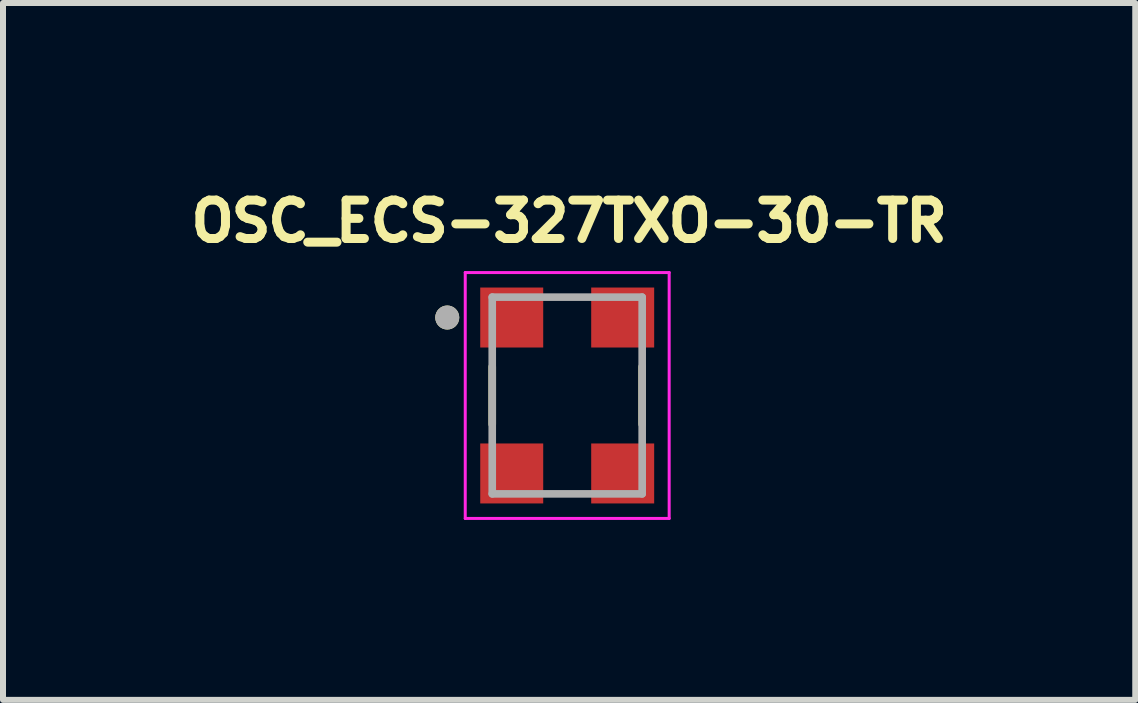
<source format=kicad_pcb>
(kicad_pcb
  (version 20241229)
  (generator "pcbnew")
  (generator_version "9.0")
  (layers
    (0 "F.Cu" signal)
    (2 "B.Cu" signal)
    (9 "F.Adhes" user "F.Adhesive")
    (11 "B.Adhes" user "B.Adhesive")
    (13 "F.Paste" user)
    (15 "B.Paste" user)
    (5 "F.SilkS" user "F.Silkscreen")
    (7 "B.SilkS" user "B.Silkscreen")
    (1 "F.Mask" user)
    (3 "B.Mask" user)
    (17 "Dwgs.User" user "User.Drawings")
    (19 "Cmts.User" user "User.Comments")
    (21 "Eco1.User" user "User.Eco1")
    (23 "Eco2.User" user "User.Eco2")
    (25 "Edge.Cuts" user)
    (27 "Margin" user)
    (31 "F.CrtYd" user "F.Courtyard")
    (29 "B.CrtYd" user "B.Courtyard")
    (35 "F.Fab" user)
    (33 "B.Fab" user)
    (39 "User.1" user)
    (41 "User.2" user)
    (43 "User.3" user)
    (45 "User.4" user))
  (footprint "OSC_ECS-327TXO-30-TR"
    (layer "F.Cu")
    (at 6.407 3.544)
    (property "Reference" "OSC_ECS-327TXO-30-TR" (at 0.032 -2.906 0) (layer "F.SilkS") (effects (font (size 0.64 0.64) (thickness 0.15))))
    (attr smd)
    (fp_line (start -1.25 0.48) (end -1.25 -0.48) (stroke (width 0.127) (type solid)) (layer "F.SilkS"))
    (fp_line (start 1.25 -0.48) (end 1.25 0.48) (stroke (width 0.127) (type solid)) (layer "F.SilkS"))
    (fp_circle (center -2 -1.3) (end -1.9 -1.3) (stroke (width 0.2) (type solid)) (fill no) (layer "F.SilkS"))
    (fp_line (start -1.7 -2.05) (end 1.7 -2.05) (stroke (width 0.05) (type solid)) (layer "F.CrtYd"))
    (fp_line (start -1.7 2.05) (end -1.7 -2.05) (stroke (width 0.05) (type solid)) (layer "F.CrtYd"))
    (fp_line (start 1.7 -2.05) (end 1.7 2.05) (stroke (width 0.05) (type solid)) (layer "F.CrtYd"))
    (fp_line (start 1.7 2.05) (end -1.7 2.05) (stroke (width 0.05) (type solid)) (layer "F.CrtYd"))
    (fp_line (start -1.25 -1.64) (end 1.25 -1.64) (stroke (width 0.127) (type solid)) (layer "F.Fab"))
    (fp_line (start -1.25 1.64) (end -1.25 -1.64) (stroke (width 0.127) (type solid)) (layer "F.Fab"))
    (fp_line (start 1.25 -1.64) (end 1.25 1.64) (stroke (width 0.127) (type solid)) (layer "F.Fab"))
    (fp_line (start 1.25 1.64) (end -1.25 1.64) (stroke (width 0.127) (type solid)) (layer "F.Fab"))
    (fp_circle (center -2 -1.3) (end -1.9 -1.3) (stroke (width 0.2) (type solid)) (fill no) (layer "F.Fab"))
    (pad "1" smd rect (at -0.925 -1.3) (size 1.05 1) (layers "F.Cu" "F.Mask" "F.Paste"))
    (pad "2" smd rect (at -0.925 1.3) (size 1.05 1) (layers "F.Cu" "F.Mask" "F.Paste"))
    (pad "3" smd rect (at 0.925 1.3) (size 1.05 1) (layers "F.Cu" "F.Mask" "F.Paste"))
    (pad "4" smd rect (at 0.925 -1.3) (size 1.05 1) (layers "F.Cu" "F.Mask" "F.Paste")))
  (gr_rect
    (start -3 -3)
    (end 15.878 8.619)
    (stroke (width 0.1) (type default))
    (fill no)
    (layer "Edge.Cuts")))
</source>
